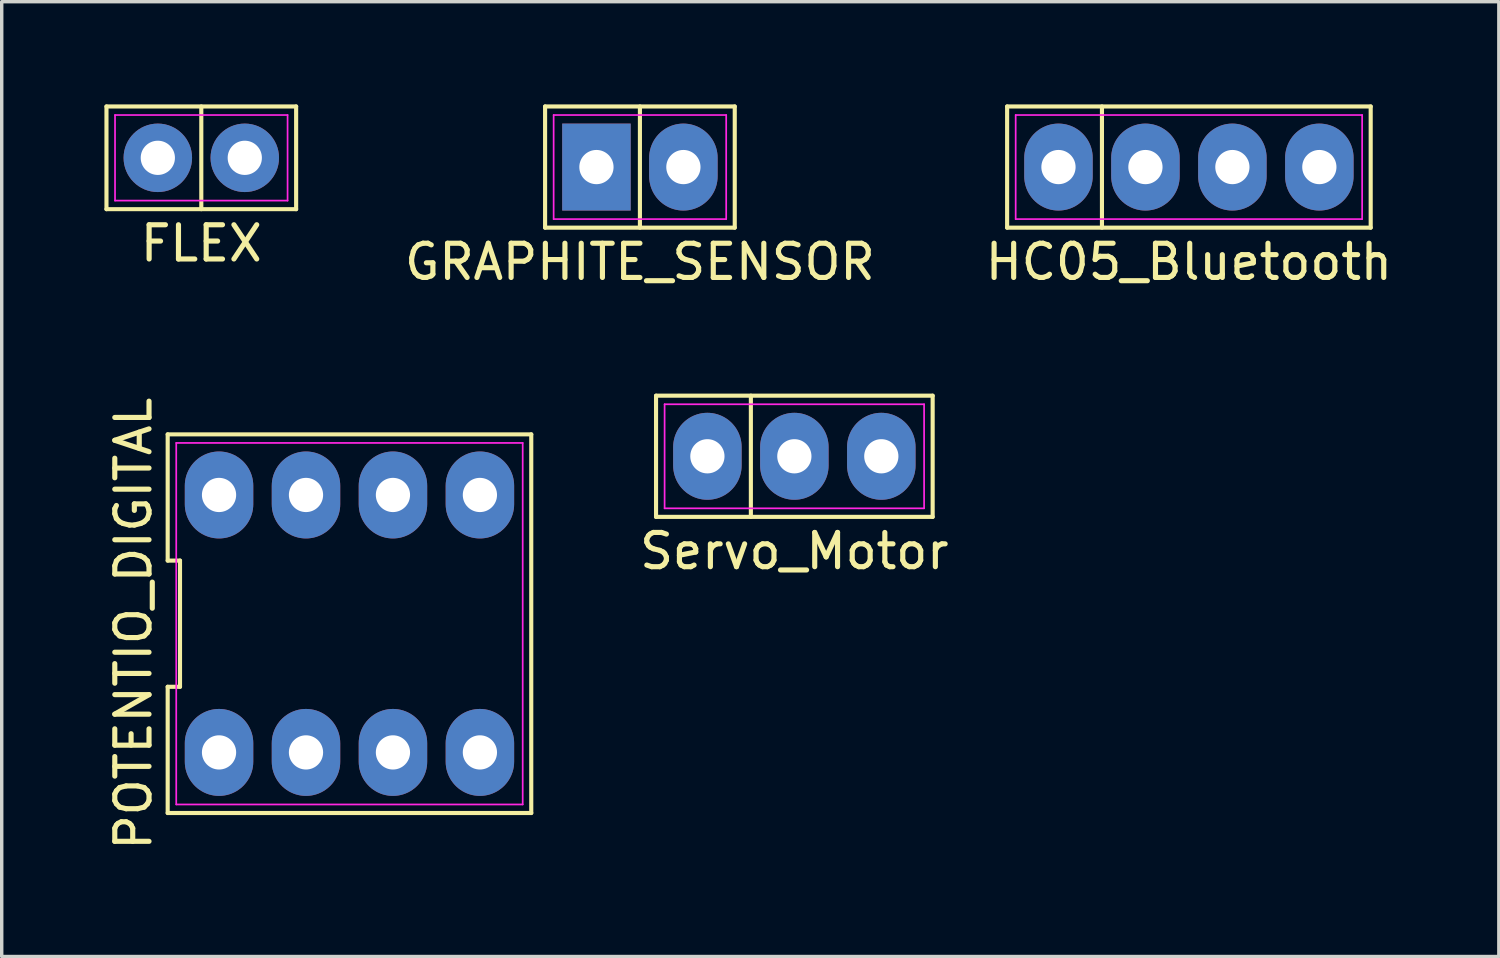
<source format=kicad_pcb>
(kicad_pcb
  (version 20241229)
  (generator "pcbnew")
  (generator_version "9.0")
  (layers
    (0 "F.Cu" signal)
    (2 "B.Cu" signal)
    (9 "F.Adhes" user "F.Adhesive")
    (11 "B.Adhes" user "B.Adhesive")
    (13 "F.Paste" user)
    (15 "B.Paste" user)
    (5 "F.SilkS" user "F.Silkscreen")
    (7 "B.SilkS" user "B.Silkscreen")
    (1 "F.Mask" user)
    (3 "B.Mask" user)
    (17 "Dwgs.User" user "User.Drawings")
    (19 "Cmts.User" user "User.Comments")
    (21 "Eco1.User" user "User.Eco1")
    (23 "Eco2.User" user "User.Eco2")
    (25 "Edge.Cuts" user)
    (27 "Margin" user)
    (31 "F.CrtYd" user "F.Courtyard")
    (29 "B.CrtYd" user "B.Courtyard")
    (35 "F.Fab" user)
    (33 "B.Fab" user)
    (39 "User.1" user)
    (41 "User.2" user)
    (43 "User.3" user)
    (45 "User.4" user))
  (footprint "FLEX"
    (layer "F.Cu")
    (at 2.83 1.56)
    (property "Reference" "FLEX" (at 0 2.5 0) (layer "F.SilkS") (effects (font (size 1 1) (thickness 0.15))))
    (attr through_hole)
    (fp_line (start -2.77 -1.5) (end 2.77 -1.5) (stroke (width 0.12) (type default)) (layer "F.SilkS"))
    (fp_line (start -2.77 1.5) (end -2.77 -1.5) (stroke (width 0.12) (type default)) (layer "F.SilkS"))
    (fp_line (start 0 -1.5) (end 0 1.5) (stroke (width 0.12) (type default)) (layer "F.SilkS"))
    (fp_line (start 2.77 -1.5) (end 2.77 1.5) (stroke (width 0.12) (type default)) (layer "F.SilkS"))
    (fp_line (start 2.77 1.5) (end -2.77 1.5) (stroke (width 0.12) (type default)) (layer "F.SilkS"))
    (fp_line (start -2.52 -1.25) (end 2.52 -1.25) (stroke (width 0.05) (type default)) (layer "F.CrtYd"))
    (fp_line (start -2.52 1.25) (end -2.52 -1.25) (stroke (width 0.05) (type default)) (layer "F.CrtYd"))
    (fp_line (start 2.52 -1.25) (end 2.52 1.25) (stroke (width 0.05) (type default)) (layer "F.CrtYd"))
    (fp_line (start 2.52 1.25) (end -2.52 1.25) (stroke (width 0.05) (type default)) (layer "F.CrtYd"))
    (pad "1" thru_hole circle (at -1.27 0) (size 2 2) (drill 1) (layers "*.Cu" "*.Mask"))
    (pad "2" thru_hole circle (at 1.27 0) (size 2 2) (drill 1) (layers "*.Cu" "*.Mask")))
  (footprint "POTENTIO_DIGITAL"
    (layer "F.Cu")
    (at 7.158 15.168)
    (property "Reference" "POTENTIO_DIGITAL" (at -6.31 0 90) (layer "F.SilkS") (effects (font (size 1 1) (thickness 0.15))))
    (attr through_hole)
    (fp_line (start -5.31 -5.53) (end -5.31 -1.843) (stroke (width 0.12) (type default)) (layer "F.SilkS"))
    (fp_line (start -5.31 -1.843) (end -4.95 -1.843) (stroke (width 0.12) (type default)) (layer "F.SilkS"))
    (fp_line (start -5.31 1.843) (end -5.31 5.53) (stroke (width 0.12) (type default)) (layer "F.SilkS"))
    (fp_line (start -5.31 5.53) (end 5.31 5.53) (stroke (width 0.12) (type default)) (layer "F.SilkS"))
    (fp_line (start -4.95 -1.843) (end -4.95 1.843) (stroke (width 0.12) (type default)) (layer "F.SilkS"))
    (fp_line (start -4.95 1.843) (end -5.31 1.843) (stroke (width 0.12) (type default)) (layer "F.SilkS"))
    (fp_line (start 5.31 -5.53) (end -5.31 -5.53) (stroke (width 0.12) (type default)) (layer "F.SilkS"))
    (fp_line (start 5.31 5.53) (end 5.31 -5.53) (stroke (width 0.12) (type default)) (layer "F.SilkS"))
    (fp_line (start -5.06 -5.28) (end 5.06 -5.28) (stroke (width 0.05) (type default)) (layer "F.CrtYd"))
    (fp_line (start -5.06 5.28) (end -5.06 -5.28) (stroke (width 0.05) (type default)) (layer "F.CrtYd"))
    (fp_line (start 5.06 -5.28) (end 5.06 5.28) (stroke (width 0.05) (type default)) (layer "F.CrtYd"))
    (fp_line (start 5.06 5.28) (end -5.06 5.28) (stroke (width 0.05) (type default)) (layer "F.CrtYd"))
    (pad "1" thru_hole oval (at -3.81 3.76) (size 2 2.54) (drill 1) (layers "*.Cu" "*.Mask"))
    (pad "2" thru_hole oval (at -1.27 3.76) (size 2 2.54) (drill 1) (layers "*.Cu" "*.Mask"))
    (pad "3" thru_hole oval (at 1.27 3.76) (size 2 2.54) (drill 1) (layers "*.Cu" "*.Mask"))
    (pad "4" thru_hole oval (at 3.81 3.76) (size 2 2.54) (drill 1) (layers "*.Cu" "*.Mask"))
    (pad "5" thru_hole oval (at 3.81 -3.76) (size 2 2.54) (drill 1) (layers "*.Cu" "*.Mask"))
    (pad "6" thru_hole oval (at 1.27 -3.76) (size 2 2.54) (drill 1) (layers "*.Cu" "*.Mask"))
    (pad "7" thru_hole oval (at -1.27 -3.76) (size 2 2.54) (drill 1) (layers "*.Cu" "*.Mask"))
    (pad "8" thru_hole oval (at -3.81 -3.76) (size 2 2.54) (drill 1) (layers "*.Cu" "*.Mask")))
  (footprint "GRAPHITE_SENSOR"
    (layer "F.Cu")
    (at 15.642 1.83)
    (property "Reference" "GRAPHITE_SENSOR" (at 0 2.77 0) (layer "F.SilkS") (effects (font (size 1 1) (thickness 0.15))))
    (attr through_hole)
    (fp_line (start -2.77 -1.77) (end 2.77 -1.77) (stroke (width 0.12) (type default)) (layer "F.SilkS"))
    (fp_line (start -2.77 1.77) (end -2.77 -1.77) (stroke (width 0.12) (type default)) (layer "F.SilkS"))
    (fp_line (start 0 -1.77) (end 0 1.77) (stroke (width 0.12) (type default)) (layer "F.SilkS"))
    (fp_line (start 2.77 -1.77) (end 2.77 1.77) (stroke (width 0.12) (type default)) (layer "F.SilkS"))
    (fp_line (start 2.77 1.77) (end -2.77 1.77) (stroke (width 0.12) (type default)) (layer "F.SilkS"))
    (fp_line (start -2.52 -1.52) (end 2.52 -1.52) (stroke (width 0.05) (type default)) (layer "F.CrtYd"))
    (fp_line (start -2.52 1.52) (end -2.52 -1.52) (stroke (width 0.05) (type default)) (layer "F.CrtYd"))
    (fp_line (start 2.52 -1.52) (end 2.52 1.52) (stroke (width 0.05) (type default)) (layer "F.CrtYd"))
    (fp_line (start 2.52 1.52) (end -2.52 1.52) (stroke (width 0.05) (type default)) (layer "F.CrtYd"))
    (pad "1" thru_hole rect (at -1.27 0) (size 2 2.54) (drill 1) (layers "*.Cu" "*.Mask"))
    (pad "2" thru_hole oval (at 1.27 0) (size 2 2.54) (drill 1) (layers "*.Cu" "*.Mask")))
  (footprint "Servo_Motor"
    (layer "F.Cu")
    (at 20.153 10.278)
    (property "Reference" "Servo_Motor" (at 0 2.77 0) (layer "F.SilkS") (effects (font (size 1 1) (thickness 0.15))))
    (attr through_hole)
    (fp_line (start -4.04 -1.77) (end 4.04 -1.77) (stroke (width 0.12) (type default)) (layer "F.SilkS"))
    (fp_line (start -4.04 1.77) (end -4.04 -1.77) (stroke (width 0.12) (type default)) (layer "F.SilkS"))
    (fp_line (start -1.27 -1.77) (end -1.27 1.77) (stroke (width 0.12) (type default)) (layer "F.SilkS"))
    (fp_line (start 4.04 -1.77) (end 4.04 1.77) (stroke (width 0.12) (type default)) (layer "F.SilkS"))
    (fp_line (start 4.04 1.77) (end -4.04 1.77) (stroke (width 0.12) (type default)) (layer "F.SilkS"))
    (fp_line (start -3.79 -1.52) (end 3.79 -1.52) (stroke (width 0.05) (type default)) (layer "F.CrtYd"))
    (fp_line (start -3.79 1.52) (end -3.79 -1.52) (stroke (width 0.05) (type default)) (layer "F.CrtYd"))
    (fp_line (start 3.79 -1.52) (end 3.79 1.52) (stroke (width 0.05) (type default)) (layer "F.CrtYd"))
    (fp_line (start 3.79 1.52) (end -3.79 1.52) (stroke (width 0.05) (type default)) (layer "F.CrtYd"))
    (pad "1" thru_hole oval (at -2.54 0) (size 2 2.54) (drill 1) (layers "*.Cu" "*.Mask"))
    (pad "2" thru_hole oval (at 0 0) (size 2 2.54) (drill 1) (layers "*.Cu" "*.Mask"))
    (pad "3" thru_hole oval (at 2.54 0) (size 2 2.54) (drill 1) (layers "*.Cu" "*.Mask")))
  (footprint "HC05_Bluetooth"
    (layer "F.Cu")
    (at 31.678 1.83)
    (property "Reference" "HC05_Bluetooth" (at 0 2.77 0) (layer "F.SilkS") (effects (font (size 1 1) (thickness 0.15))))
    (attr through_hole)
    (fp_line (start -5.31 -1.77) (end 5.31 -1.77) (stroke (width 0.12) (type default)) (layer "F.SilkS"))
    (fp_line (start -5.31 1.77) (end -5.31 -1.77) (stroke (width 0.12) (type default)) (layer "F.SilkS"))
    (fp_line (start -2.54 -1.77) (end -2.54 1.77) (stroke (width 0.12) (type default)) (layer "F.SilkS"))
    (fp_line (start 5.31 -1.77) (end 5.31 1.77) (stroke (width 0.12) (type default)) (layer "F.SilkS"))
    (fp_line (start 5.31 1.77) (end -5.31 1.77) (stroke (width 0.12) (type default)) (layer "F.SilkS"))
    (fp_line (start -5.06 -1.52) (end 5.06 -1.52) (stroke (width 0.05) (type default)) (layer "F.CrtYd"))
    (fp_line (start -5.06 1.52) (end -5.06 -1.52) (stroke (width 0.05) (type default)) (layer "F.CrtYd"))
    (fp_line (start 5.06 -1.52) (end 5.06 1.52) (stroke (width 0.05) (type default)) (layer "F.CrtYd"))
    (fp_line (start 5.06 1.52) (end -5.06 1.52) (stroke (width 0.05) (type default)) (layer "F.CrtYd"))
    (pad "1" thru_hole oval (at -3.81 0) (size 2 2.54) (drill 1) (layers "*.Cu" "*.Mask"))
    (pad "2" thru_hole oval (at -1.27 0) (size 2 2.54) (drill 1) (layers "*.Cu" "*.Mask"))
    (pad "3" thru_hole oval (at 1.27 0) (size 2 2.54) (drill 1) (layers "*.Cu" "*.Mask"))
    (pad "4" thru_hole oval (at 3.81 0) (size 2 2.54) (drill 1) (layers "*.Cu" "*.Mask")))
  (gr_rect
    (start -3 -3)
    (end 40.731 24.889)
    (stroke (width 0.1) (type default))
    (fill no)
    (layer "Edge.Cuts")))
</source>
